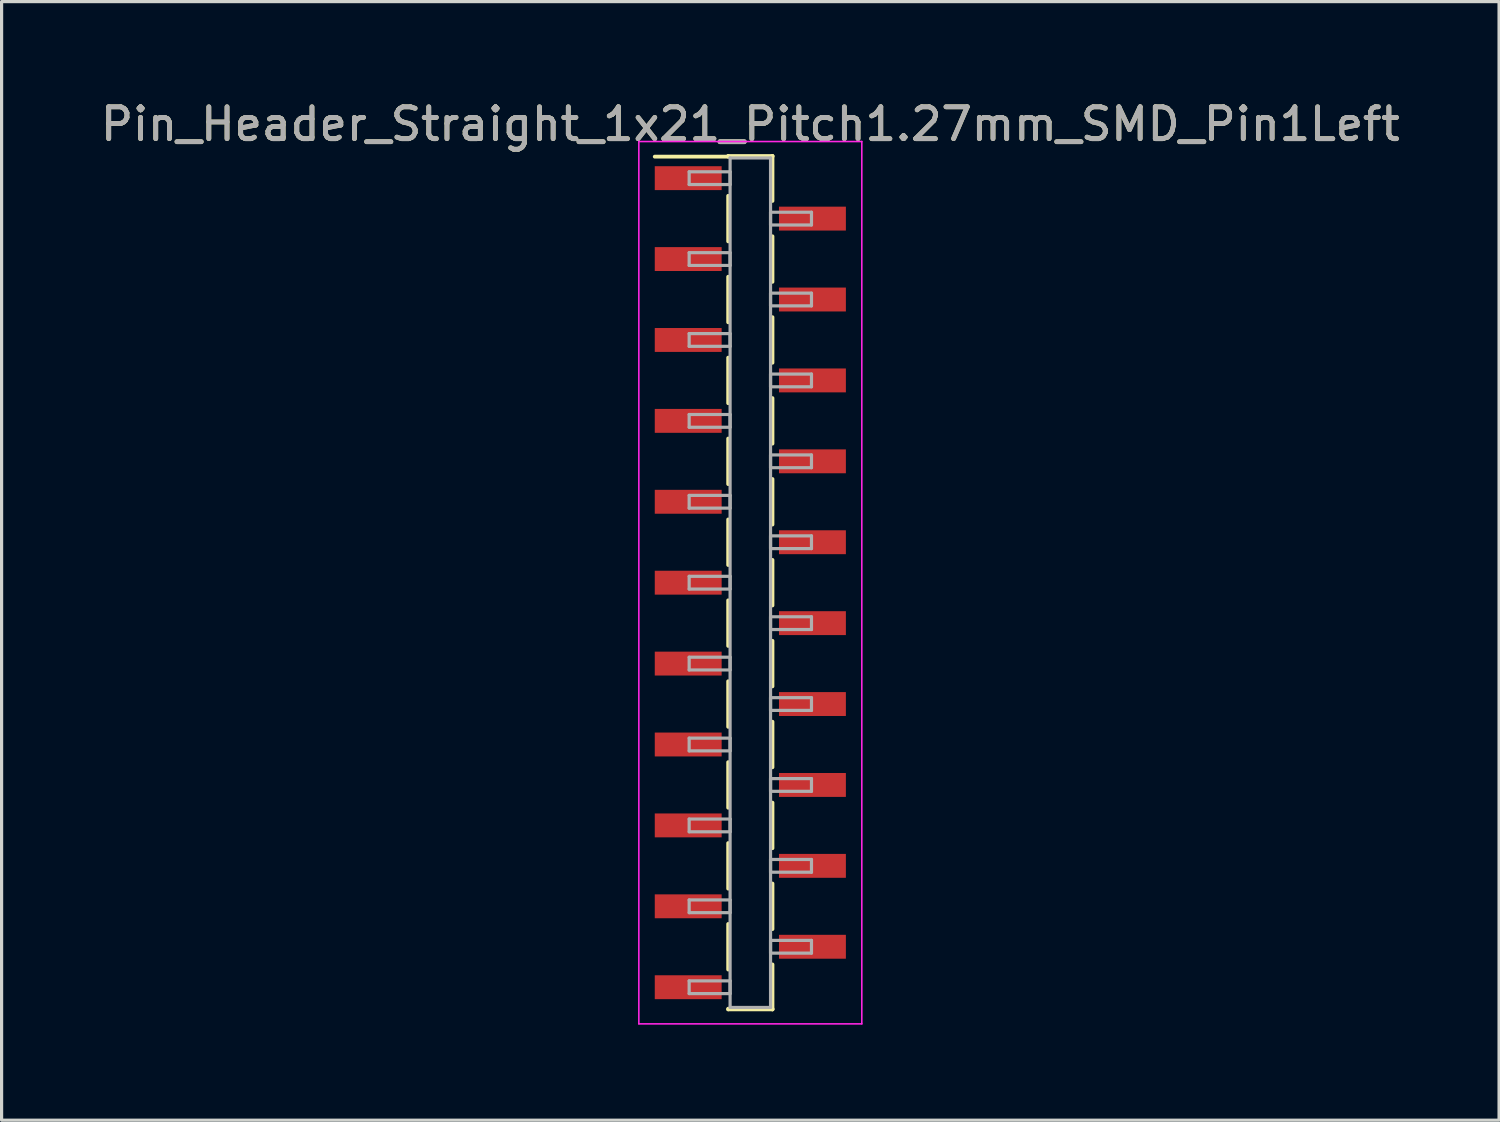
<source format=kicad_pcb>
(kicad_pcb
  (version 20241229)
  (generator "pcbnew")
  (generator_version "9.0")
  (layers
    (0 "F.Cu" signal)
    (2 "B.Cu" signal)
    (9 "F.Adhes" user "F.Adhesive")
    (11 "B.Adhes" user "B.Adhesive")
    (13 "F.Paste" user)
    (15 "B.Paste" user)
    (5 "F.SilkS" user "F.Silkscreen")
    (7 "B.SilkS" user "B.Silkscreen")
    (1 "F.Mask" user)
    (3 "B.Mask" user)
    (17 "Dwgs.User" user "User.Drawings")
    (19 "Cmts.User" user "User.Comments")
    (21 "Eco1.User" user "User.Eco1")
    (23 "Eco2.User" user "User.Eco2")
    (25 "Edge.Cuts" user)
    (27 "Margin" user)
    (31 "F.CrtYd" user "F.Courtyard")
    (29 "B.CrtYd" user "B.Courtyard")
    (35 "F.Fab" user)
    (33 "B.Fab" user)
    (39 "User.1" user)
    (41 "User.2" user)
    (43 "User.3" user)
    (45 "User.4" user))
  (footprint "Pin_Header_Straight_1x21_Pitch1.27mm_SMD_Pin1Left"
    (layer "F.Cu")
    (at 20.506 15.243)
    (property "Reference" "Pin_Header_Straight_1x21_Pitch1.27mm_SMD_Pin1Left" (at 0 -14.395 0) (layer "F.SilkS") (effects (font (size 1 1) (thickness 0.15))))
    (attr smd)
    (fp_line (start -0.695 -13.395) (end 0.695 -13.395) (stroke (width 0.12) (type solid)) (layer "F.SilkS"))
    (fp_line (start -0.695 -13.375) (end -3 -13.375) (stroke (width 0.12) (type solid)) (layer "F.SilkS"))
    (fp_line (start -0.695 -13.375) (end -0.695 -13.395) (stroke (width 0.12) (type solid)) (layer "F.SilkS"))
    (fp_line (start -0.695 -12.145) (end -0.695 -10.715) (stroke (width 0.12) (type solid)) (layer "F.SilkS"))
    (fp_line (start -0.695 -9.605) (end -0.695 -8.175) (stroke (width 0.12) (type solid)) (layer "F.SilkS"))
    (fp_line (start -0.695 -7.065) (end -0.695 -5.635) (stroke (width 0.12) (type solid)) (layer "F.SilkS"))
    (fp_line (start -0.695 -4.525) (end -0.695 -3.095) (stroke (width 0.12) (type solid)) (layer "F.SilkS"))
    (fp_line (start -0.695 -1.985) (end -0.695 -0.555) (stroke (width 0.12) (type solid)) (layer "F.SilkS"))
    (fp_line (start -0.695 0.555) (end -0.695 1.985) (stroke (width 0.12) (type solid)) (layer "F.SilkS"))
    (fp_line (start -0.695 3.095) (end -0.695 4.525) (stroke (width 0.12) (type solid)) (layer "F.SilkS"))
    (fp_line (start -0.695 5.635) (end -0.695 7.065) (stroke (width 0.12) (type solid)) (layer "F.SilkS"))
    (fp_line (start -0.695 8.175) (end -0.695 9.605) (stroke (width 0.12) (type solid)) (layer "F.SilkS"))
    (fp_line (start -0.695 10.715) (end -0.695 12.145) (stroke (width 0.12) (type solid)) (layer "F.SilkS"))
    (fp_line (start -0.695 13.375) (end -0.695 13.395) (stroke (width 0.12) (type solid)) (layer "F.SilkS"))
    (fp_line (start -0.695 13.395) (end 0.695 13.395) (stroke (width 0.12) (type solid)) (layer "F.SilkS"))
    (fp_line (start 0.695 -13.395) (end 0.695 -13.375) (stroke (width 0.12) (type solid)) (layer "F.SilkS"))
    (fp_line (start 0.695 -13.395) (end 0.695 -11.985) (stroke (width 0.12) (type solid)) (layer "F.SilkS"))
    (fp_line (start 0.695 -10.875) (end 0.695 -9.445) (stroke (width 0.12) (type solid)) (layer "F.SilkS"))
    (fp_line (start 0.695 -8.335) (end 0.695 -6.905) (stroke (width 0.12) (type solid)) (layer "F.SilkS"))
    (fp_line (start 0.695 -5.795) (end 0.695 -4.365) (stroke (width 0.12) (type solid)) (layer "F.SilkS"))
    (fp_line (start 0.695 -3.255) (end 0.695 -1.825) (stroke (width 0.12) (type solid)) (layer "F.SilkS"))
    (fp_line (start 0.695 -0.715) (end 0.695 0.715) (stroke (width 0.12) (type solid)) (layer "F.SilkS"))
    (fp_line (start 0.695 1.825) (end 0.695 3.255) (stroke (width 0.12) (type solid)) (layer "F.SilkS"))
    (fp_line (start 0.695 4.365) (end 0.695 5.795) (stroke (width 0.12) (type solid)) (layer "F.SilkS"))
    (fp_line (start 0.695 6.905) (end 0.695 8.335) (stroke (width 0.12) (type solid)) (layer "F.SilkS"))
    (fp_line (start 0.695 9.445) (end 0.695 10.875) (stroke (width 0.12) (type solid)) (layer "F.SilkS"))
    (fp_line (start 0.695 11.985) (end 0.695 13.395) (stroke (width 0.12) (type solid)) (layer "F.SilkS"))
    (fp_line (start 0.695 13.395) (end 0.695 13.375) (stroke (width 0.12) (type solid)) (layer "F.SilkS"))
    (fp_line (start -3.5 -13.85) (end -3.5 13.85) (stroke (width 0.05) (type solid)) (layer "F.CrtYd"))
    (fp_line (start -3.5 13.85) (end 3.5 13.85) (stroke (width 0.05) (type solid)) (layer "F.CrtYd"))
    (fp_line (start 3.5 -13.85) (end -3.5 -13.85) (stroke (width 0.05) (type solid)) (layer "F.CrtYd"))
    (fp_line (start 3.5 13.85) (end 3.5 -13.85) (stroke (width 0.05) (type solid)) (layer "F.CrtYd"))
    (fp_line (start -1.92 -12.9) (end -0.635 -12.9) (stroke (width 0.1) (type solid)) (layer "F.Fab"))
    (fp_line (start -1.92 -12.5) (end -1.92 -12.9) (stroke (width 0.1) (type solid)) (layer "F.Fab"))
    (fp_line (start -1.92 -10.36) (end -0.635 -10.36) (stroke (width 0.1) (type solid)) (layer "F.Fab"))
    (fp_line (start -1.92 -9.96) (end -1.92 -10.36) (stroke (width 0.1) (type solid)) (layer "F.Fab"))
    (fp_line (start -1.92 -7.82) (end -0.635 -7.82) (stroke (width 0.1) (type solid)) (layer "F.Fab"))
    (fp_line (start -1.92 -7.42) (end -1.92 -7.82) (stroke (width 0.1) (type solid)) (layer "F.Fab"))
    (fp_line (start -1.92 -5.28) (end -0.635 -5.28) (stroke (width 0.1) (type solid)) (layer "F.Fab"))
    (fp_line (start -1.92 -4.88) (end -1.92 -5.28) (stroke (width 0.1) (type solid)) (layer "F.Fab"))
    (fp_line (start -1.92 -2.74) (end -0.635 -2.74) (stroke (width 0.1) (type solid)) (layer "F.Fab"))
    (fp_line (start -1.92 -2.34) (end -1.92 -2.74) (stroke (width 0.1) (type solid)) (layer "F.Fab"))
    (fp_line (start -1.92 -0.2) (end -0.635 -0.2) (stroke (width 0.1) (type solid)) (layer "F.Fab"))
    (fp_line (start -1.92 0.2) (end -1.92 -0.2) (stroke (width 0.1) (type solid)) (layer "F.Fab"))
    (fp_line (start -1.92 2.34) (end -0.635 2.34) (stroke (width 0.1) (type solid)) (layer "F.Fab"))
    (fp_line (start -1.92 2.74) (end -1.92 2.34) (stroke (width 0.1) (type solid)) (layer "F.Fab"))
    (fp_line (start -1.92 4.88) (end -0.635 4.88) (stroke (width 0.1) (type solid)) (layer "F.Fab"))
    (fp_line (start -1.92 5.28) (end -1.92 4.88) (stroke (width 0.1) (type solid)) (layer "F.Fab"))
    (fp_line (start -1.92 7.42) (end -0.635 7.42) (stroke (width 0.1) (type solid)) (layer "F.Fab"))
    (fp_line (start -1.92 7.82) (end -1.92 7.42) (stroke (width 0.1) (type solid)) (layer "F.Fab"))
    (fp_line (start -1.92 9.96) (end -0.635 9.96) (stroke (width 0.1) (type solid)) (layer "F.Fab"))
    (fp_line (start -1.92 10.36) (end -1.92 9.96) (stroke (width 0.1) (type solid)) (layer "F.Fab"))
    (fp_line (start -1.92 12.5) (end -0.635 12.5) (stroke (width 0.1) (type solid)) (layer "F.Fab"))
    (fp_line (start -1.92 12.9) (end -1.92 12.5) (stroke (width 0.1) (type solid)) (layer "F.Fab"))
    (fp_line (start -0.635 -13.335) (end -0.635 13.335) (stroke (width 0.1) (type solid)) (layer "F.Fab"))
    (fp_line (start -0.635 -12.9) (end -0.635 -12.5) (stroke (width 0.1) (type solid)) (layer "F.Fab"))
    (fp_line (start -0.635 -12.5) (end -1.92 -12.5) (stroke (width 0.1) (type solid)) (layer "F.Fab"))
    (fp_line (start -0.635 -10.36) (end -0.635 -9.96) (stroke (width 0.1) (type solid)) (layer "F.Fab"))
    (fp_line (start -0.635 -9.96) (end -1.92 -9.96) (stroke (width 0.1) (type solid)) (layer "F.Fab"))
    (fp_line (start -0.635 -7.82) (end -0.635 -7.42) (stroke (width 0.1) (type solid)) (layer "F.Fab"))
    (fp_line (start -0.635 -7.42) (end -1.92 -7.42) (stroke (width 0.1) (type solid)) (layer "F.Fab"))
    (fp_line (start -0.635 -5.28) (end -0.635 -4.88) (stroke (width 0.1) (type solid)) (layer "F.Fab"))
    (fp_line (start -0.635 -4.88) (end -1.92 -4.88) (stroke (width 0.1) (type solid)) (layer "F.Fab"))
    (fp_line (start -0.635 -2.74) (end -0.635 -2.34) (stroke (width 0.1) (type solid)) (layer "F.Fab"))
    (fp_line (start -0.635 -2.34) (end -1.92 -2.34) (stroke (width 0.1) (type solid)) (layer "F.Fab"))
    (fp_line (start -0.635 -0.2) (end -0.635 0.2) (stroke (width 0.1) (type solid)) (layer "F.Fab"))
    (fp_line (start -0.635 0.2) (end -1.92 0.2) (stroke (width 0.1) (type solid)) (layer "F.Fab"))
    (fp_line (start -0.635 2.34) (end -0.635 2.74) (stroke (width 0.1) (type solid)) (layer "F.Fab"))
    (fp_line (start -0.635 2.74) (end -1.92 2.74) (stroke (width 0.1) (type solid)) (layer "F.Fab"))
    (fp_line (start -0.635 4.88) (end -0.635 5.28) (stroke (width 0.1) (type solid)) (layer "F.Fab"))
    (fp_line (start -0.635 5.28) (end -1.92 5.28) (stroke (width 0.1) (type solid)) (layer "F.Fab"))
    (fp_line (start -0.635 7.42) (end -0.635 7.82) (stroke (width 0.1) (type solid)) (layer "F.Fab"))
    (fp_line (start -0.635 7.82) (end -1.92 7.82) (stroke (width 0.1) (type solid)) (layer "F.Fab"))
    (fp_line (start -0.635 9.96) (end -0.635 10.36) (stroke (width 0.1) (type solid)) (layer "F.Fab"))
    (fp_line (start -0.635 10.36) (end -1.92 10.36) (stroke (width 0.1) (type solid)) (layer "F.Fab"))
    (fp_line (start -0.635 12.5) (end -0.635 12.9) (stroke (width 0.1) (type solid)) (layer "F.Fab"))
    (fp_line (start -0.635 12.9) (end -1.92 12.9) (stroke (width 0.1) (type solid)) (layer "F.Fab"))
    (fp_line (start -0.635 13.335) (end 0.635 13.335) (stroke (width 0.1) (type solid)) (layer "F.Fab"))
    (fp_line (start 0.635 -13.335) (end -0.635 -13.335) (stroke (width 0.1) (type solid)) (layer "F.Fab"))
    (fp_line (start 0.635 -11.63) (end 0.635 -11.23) (stroke (width 0.1) (type solid)) (layer "F.Fab"))
    (fp_line (start 0.635 -11.23) (end 1.92 -11.23) (stroke (width 0.1) (type solid)) (layer "F.Fab"))
    (fp_line (start 0.635 -9.09) (end 0.635 -8.69) (stroke (width 0.1) (type solid)) (layer "F.Fab"))
    (fp_line (start 0.635 -8.69) (end 1.92 -8.69) (stroke (width 0.1) (type solid)) (layer "F.Fab"))
    (fp_line (start 0.635 -6.55) (end 0.635 -6.15) (stroke (width 0.1) (type solid)) (layer "F.Fab"))
    (fp_line (start 0.635 -6.15) (end 1.92 -6.15) (stroke (width 0.1) (type solid)) (layer "F.Fab"))
    (fp_line (start 0.635 -4.01) (end 0.635 -3.61) (stroke (width 0.1) (type solid)) (layer "F.Fab"))
    (fp_line (start 0.635 -3.61) (end 1.92 -3.61) (stroke (width 0.1) (type solid)) (layer "F.Fab"))
    (fp_line (start 0.635 -1.47) (end 0.635 -1.07) (stroke (width 0.1) (type solid)) (layer "F.Fab"))
    (fp_line (start 0.635 -1.07) (end 1.92 -1.07) (stroke (width 0.1) (type solid)) (layer "F.Fab"))
    (fp_line (start 0.635 1.07) (end 0.635 1.47) (stroke (width 0.1) (type solid)) (layer "F.Fab"))
    (fp_line (start 0.635 1.47) (end 1.92 1.47) (stroke (width 0.1) (type solid)) (layer "F.Fab"))
    (fp_line (start 0.635 3.61) (end 0.635 4.01) (stroke (width 0.1) (type solid)) (layer "F.Fab"))
    (fp_line (start 0.635 4.01) (end 1.92 4.01) (stroke (width 0.1) (type solid)) (layer "F.Fab"))
    (fp_line (start 0.635 6.15) (end 0.635 6.55) (stroke (width 0.1) (type solid)) (layer "F.Fab"))
    (fp_line (start 0.635 6.55) (end 1.92 6.55) (stroke (width 0.1) (type solid)) (layer "F.Fab"))
    (fp_line (start 0.635 8.69) (end 0.635 9.09) (stroke (width 0.1) (type solid)) (layer "F.Fab"))
    (fp_line (start 0.635 9.09) (end 1.92 9.09) (stroke (width 0.1) (type solid)) (layer "F.Fab"))
    (fp_line (start 0.635 11.23) (end 0.635 11.63) (stroke (width 0.1) (type solid)) (layer "F.Fab"))
    (fp_line (start 0.635 11.63) (end 1.92 11.63) (stroke (width 0.1) (type solid)) (layer "F.Fab"))
    (fp_line (start 0.635 13.335) (end 0.635 -13.335) (stroke (width 0.1) (type solid)) (layer "F.Fab"))
    (fp_line (start 1.92 -11.63) (end 0.635 -11.63) (stroke (width 0.1) (type solid)) (layer "F.Fab"))
    (fp_line (start 1.92 -11.23) (end 1.92 -11.63) (stroke (width 0.1) (type solid)) (layer "F.Fab"))
    (fp_line (start 1.92 -9.09) (end 0.635 -9.09) (stroke (width 0.1) (type solid)) (layer "F.Fab"))
    (fp_line (start 1.92 -8.69) (end 1.92 -9.09) (stroke (width 0.1) (type solid)) (layer "F.Fab"))
    (fp_line (start 1.92 -6.55) (end 0.635 -6.55) (stroke (width 0.1) (type solid)) (layer "F.Fab"))
    (fp_line (start 1.92 -6.15) (end 1.92 -6.55) (stroke (width 0.1) (type solid)) (layer "F.Fab"))
    (fp_line (start 1.92 -4.01) (end 0.635 -4.01) (stroke (width 0.1) (type solid)) (layer "F.Fab"))
    (fp_line (start 1.92 -3.61) (end 1.92 -4.01) (stroke (width 0.1) (type solid)) (layer "F.Fab"))
    (fp_line (start 1.92 -1.47) (end 0.635 -1.47) (stroke (width 0.1) (type solid)) (layer "F.Fab"))
    (fp_line (start 1.92 -1.07) (end 1.92 -1.47) (stroke (width 0.1) (type solid)) (layer "F.Fab"))
    (fp_line (start 1.92 1.07) (end 0.635 1.07) (stroke (width 0.1) (type solid)) (layer "F.Fab"))
    (fp_line (start 1.92 1.47) (end 1.92 1.07) (stroke (width 0.1) (type solid)) (layer "F.Fab"))
    (fp_line (start 1.92 3.61) (end 0.635 3.61) (stroke (width 0.1) (type solid)) (layer "F.Fab"))
    (fp_line (start 1.92 4.01) (end 1.92 3.61) (stroke (width 0.1) (type solid)) (layer "F.Fab"))
    (fp_line (start 1.92 6.15) (end 0.635 6.15) (stroke (width 0.1) (type solid)) (layer "F.Fab"))
    (fp_line (start 1.92 6.55) (end 1.92 6.15) (stroke (width 0.1) (type solid)) (layer "F.Fab"))
    (fp_line (start 1.92 8.69) (end 0.635 8.69) (stroke (width 0.1) (type solid)) (layer "F.Fab"))
    (fp_line (start 1.92 9.09) (end 1.92 8.69) (stroke (width 0.1) (type solid)) (layer "F.Fab"))
    (fp_line (start 1.92 11.23) (end 0.635 11.23) (stroke (width 0.1) (type solid)) (layer "F.Fab"))
    (fp_line (start 1.92 11.63) (end 1.92 11.23) (stroke (width 0.1) (type solid)) (layer "F.Fab"))
    (fp_text user "${REFERENCE}" (at 0 -14.395 0) (layer "F.Fab") (effects (font (size 1 1) (thickness 0.15))))
    (pad "1" smd rect (at -1.95 -12.7) (size 2.1 0.75) (layers "F.Cu" "F.Mask" "F.Paste"))
    (pad "2" smd rect (at 1.95 -11.43) (size 2.1 0.75) (layers "F.Cu" "F.Mask" "F.Paste"))
    (pad "3" smd rect (at -1.95 -10.16) (size 2.1 0.75) (layers "F.Cu" "F.Mask" "F.Paste"))
    (pad "4" smd rect (at 1.95 -8.89) (size 2.1 0.75) (layers "F.Cu" "F.Mask" "F.Paste"))
    (pad "5" smd rect (at -1.95 -7.62) (size 2.1 0.75) (layers "F.Cu" "F.Mask" "F.Paste"))
    (pad "6" smd rect (at 1.95 -6.35) (size 2.1 0.75) (layers "F.Cu" "F.Mask" "F.Paste"))
    (pad "7" smd rect (at -1.95 -5.08) (size 2.1 0.75) (layers "F.Cu" "F.Mask" "F.Paste"))
    (pad "8" smd rect (at 1.95 -3.81) (size 2.1 0.75) (layers "F.Cu" "F.Mask" "F.Paste"))
    (pad "9" smd rect (at -1.95 -2.54) (size 2.1 0.75) (layers "F.Cu" "F.Mask" "F.Paste"))
    (pad "10" smd rect (at 1.95 -1.27) (size 2.1 0.75) (layers "F.Cu" "F.Mask" "F.Paste"))
    (pad "11" smd rect (at -1.95 0) (size 2.1 0.75) (layers "F.Cu" "F.Mask" "F.Paste"))
    (pad "12" smd rect (at 1.95 1.27) (size 2.1 0.75) (layers "F.Cu" "F.Mask" "F.Paste"))
    (pad "13" smd rect (at -1.95 2.54) (size 2.1 0.75) (layers "F.Cu" "F.Mask" "F.Paste"))
    (pad "14" smd rect (at 1.95 3.81) (size 2.1 0.75) (layers "F.Cu" "F.Mask" "F.Paste"))
    (pad "15" smd rect (at -1.95 5.08) (size 2.1 0.75) (layers "F.Cu" "F.Mask" "F.Paste"))
    (pad "16" smd rect (at 1.95 6.35) (size 2.1 0.75) (layers "F.Cu" "F.Mask" "F.Paste"))
    (pad "17" smd rect (at -1.95 7.62) (size 2.1 0.75) (layers "F.Cu" "F.Mask" "F.Paste"))
    (pad "18" smd rect (at 1.95 8.89) (size 2.1 0.75) (layers "F.Cu" "F.Mask" "F.Paste"))
    (pad "19" smd rect (at -1.95 10.16) (size 2.1 0.75) (layers "F.Cu" "F.Mask" "F.Paste"))
    (pad "20" smd rect (at 1.95 11.43) (size 2.1 0.75) (layers "F.Cu" "F.Mask" "F.Paste"))
    (pad "21" smd rect (at -1.95 12.7) (size 2.1 0.75) (layers "F.Cu" "F.Mask" "F.Paste")))
  (gr_rect
    (start -3 -3)
    (end 44.012 32.118)
    (stroke (width 0.1) (type default))
    (fill no)
    (layer "Edge.Cuts")))
</source>
